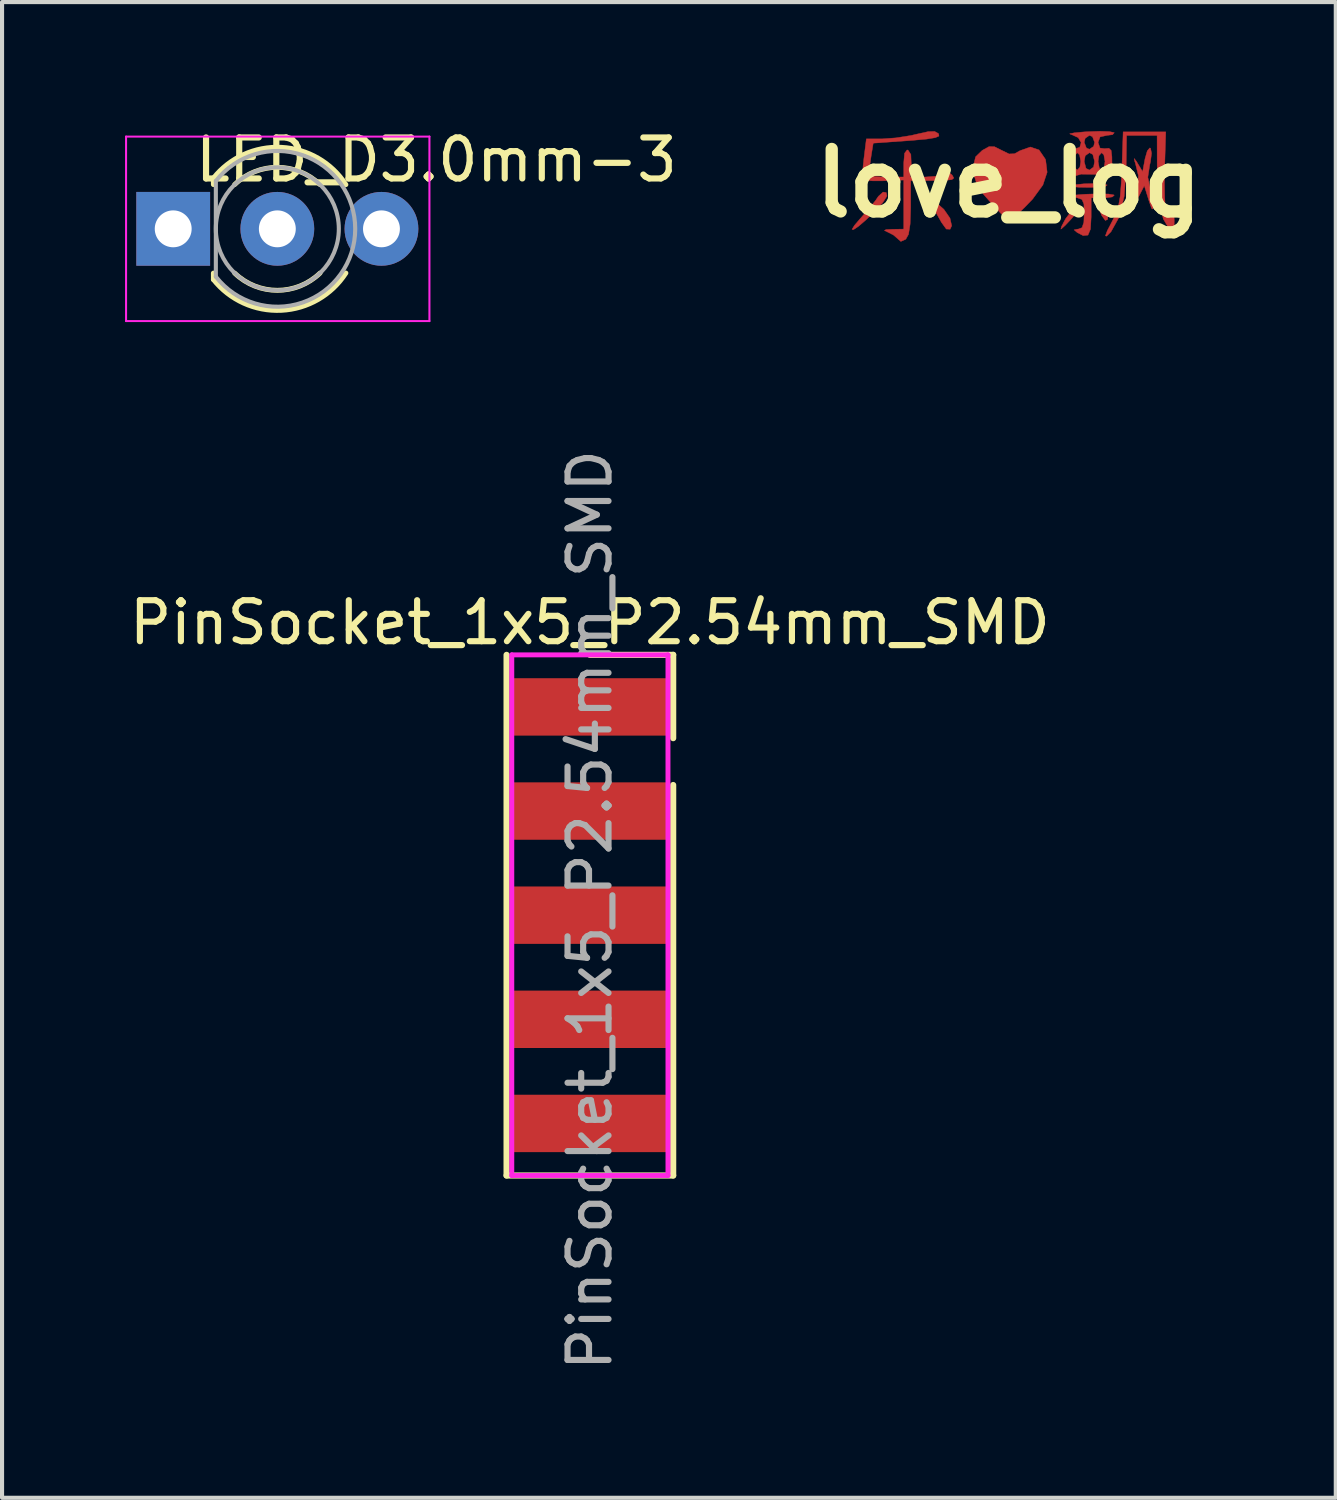
<source format=kicad_pcb>
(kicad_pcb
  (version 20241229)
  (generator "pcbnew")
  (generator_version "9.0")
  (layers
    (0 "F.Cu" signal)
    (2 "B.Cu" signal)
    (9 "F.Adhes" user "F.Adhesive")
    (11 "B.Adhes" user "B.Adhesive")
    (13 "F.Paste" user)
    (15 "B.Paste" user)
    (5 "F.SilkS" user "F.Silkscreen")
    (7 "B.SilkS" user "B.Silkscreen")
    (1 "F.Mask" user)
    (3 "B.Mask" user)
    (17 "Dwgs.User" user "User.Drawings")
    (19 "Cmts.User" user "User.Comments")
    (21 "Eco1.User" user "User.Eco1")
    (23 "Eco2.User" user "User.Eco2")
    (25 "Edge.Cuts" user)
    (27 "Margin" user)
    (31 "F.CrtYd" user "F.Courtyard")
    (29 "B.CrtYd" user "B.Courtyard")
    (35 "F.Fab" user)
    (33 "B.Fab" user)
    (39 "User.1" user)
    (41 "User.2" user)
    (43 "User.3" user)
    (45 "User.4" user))
  (footprint "love_log"
    (layer "F.Cu")
    (at 21.556 1.418)
    (property "Reference" "love_log" (at 0 0 180) (layer "F.SilkS") (effects (font (size 1.524 1.524) (thickness 0.3))))
    (attr smd)
    (fp_poly (pts (xy 2.278 0.574) (xy 2.364 0.682) (xy 2.416 0.818) (xy 2.414 0.884) (xy 2.357 0.91) (xy 2.272 0.795) (xy 2.206 0.636) (xy 2.203 0.56) (xy 2.278 0.574)) (stroke (width 0.01) (type solid)) (fill yes) (layer "F.Cu"))
    (fp_poly (pts (xy -1.814 0.434) (xy -1.581 0.64) (xy -1.433 0.854) (xy -1.391 1.039) (xy -1.43 1.123) (xy -1.523 1.119) (xy -1.643 0.953) (xy -1.655 0.93) (xy -1.798 0.675) (xy -1.945 0.446) (xy -1.946 0.444) (xy -2.096 0.235) (xy -1.814 0.434)) (stroke (width 0.01) (type solid)) (fill yes) (layer "F.Cu"))
    (fp_poly (pts (xy 1.671 0.665) (xy 1.584 0.804) (xy 1.532 0.866) (xy 1.382 1.026) (xy 1.285 1.114) (xy 1.272 1.12) (xy 1.288 1.057) (xy 1.369 0.901) (xy 1.389 0.866) (xy 1.519 0.695) (xy 1.637 0.613) (xy 1.649 0.612) (xy 1.671 0.665)) (stroke (width 0.01) (type solid)) (fill yes) (layer "F.Cu"))
    (fp_poly (pts (xy 2.29 0.018) (xy 2.402 0.044) (xy 2.403 0.045) (xy 2.359 0.076) (xy 2.186 0.098) (xy 1.968 0.104) (xy 1.712 0.099) (xy 1.547 0.085) (xy 1.51 0.069) (xy 1.621 0.037) (xy 1.832 0.016) (xy 2.077 0.009) (xy 2.29 0.018)) (stroke (width 0.01) (type solid)) (fill yes) (layer "F.Cu"))
    (fp_poly (pts (xy -2.988 0.229) (xy -2.97 0.313) (xy -3.075 0.477) (xy -3.252 0.671) (xy -3.484 0.897) (xy -3.667 1.054) (xy -3.786 1.133) (xy -3.823 1.127) (xy -3.761 1.027) (xy -3.612 0.853) (xy -3.41 0.623) (xy -3.247 0.421) (xy -3.179 0.32) (xy -3.065 0.217) (xy -2.988 0.229)) (stroke (width 0.01) (type solid)) (fill yes) (layer "F.Cu"))
    (fp_poly (pts (xy -0.349 -0.89) (xy -0.175 -0.803) (xy 0.009 -0.713) (xy 0.141 -0.718) (xy 0.276 -0.793) (xy 0.527 -0.882) (xy 0.739 -0.811) (xy 0.892 -0.588) (xy 0.901 -0.563) (xy 0.937 -0.267) (xy 0.833 0.045) (xy 0.582 0.389) (xy 0.387 0.591) (xy 0.014 0.951) (xy -0.332 0.591) (xy -0.612 0.276) (xy -0.779 0.018) (xy -0.856 -0.224) (xy -0.868 -0.396) (xy -0.808 -0.644) (xy -0.646 -0.8) (xy -0.48 -0.892) (xy -0.349 -0.89)) (stroke (width 0.01) (type solid)) (fill yes) (layer "F.Cu"))
    (fp_poly (pts (xy 2.434 0.265) (xy 2.565 0.287) (xy 2.574 0.294) (xy 2.527 0.336) (xy 2.361 0.357) (xy 2.312 0.358) (xy 2.011 0.358) (xy 2.011 0.824) (xy 1.994 1.121) (xy 1.933 1.267) (xy 1.815 1.279) (xy 1.672 1.205) (xy 1.594 1.139) (xy 1.674 1.122) (xy 1.693 1.121) (xy 1.788 1.086) (xy 1.832 0.956) (xy 1.841 0.744) (xy 1.834 0.511) (xy 1.787 0.398) (xy 1.659 0.353) (xy 1.524 0.339) (xy 1.439 0.321) (xy 1.514 0.3) (xy 1.737 0.279) (xy 1.871 0.27) (xy 2.188 0.259) (xy 2.434 0.265)) (stroke (width 0.01) (type solid)) (fill yes) (layer "F.Cu"))
    (fp_poly (pts (xy 3.459 -0.852) (xy 3.484 -0.731) (xy 3.457 -0.519) (xy 3.441 -0.452) (xy 3.393 -0.145) (xy 3.442 0.079) (xy 3.512 0.327) (xy 3.526 0.51) (xy 3.514 0.632) (xy 3.486 0.616) (xy 3.428 0.452) (xy 3.412 0.4) (xy 3.307 0.062) (xy 3.168 0.331) (xy 3.05 0.528) (xy 2.946 0.651) (xy 2.936 0.658) (xy 2.917 0.625) (xy 2.968 0.481) (xy 3.028 0.355) (xy 3.145 0.071) (xy 3.164 -0.182) (xy 3.089 -0.486) (xy 3.074 -0.531) (xy 3.06 -0.603) (xy 3.119 -0.526) (xy 3.14 -0.49) (xy 3.266 -0.28) (xy 3.326 -0.602) (xy 3.38 -0.788) (xy 3.441 -0.86) (xy 3.459 -0.852)) (stroke (width 0.01) (type solid)) (fill yes) (layer "F.Cu"))
    (fp_poly (pts (xy 3.804 -0.391) (xy 3.798 -0.002) (xy 3.804 0.345) (xy 3.82 0.6) (xy 3.835 0.689) (xy 3.881 0.835) (xy 3.921 0.829) (xy 3.962 0.739) (xy 4.006 0.666) (xy 4.029 0.737) (xy 4.037 0.905) (xy 4.034 1.112) (xy 4.004 1.177) (xy 3.93 1.128) (xy 3.909 1.108) (xy 3.771 0.874) (xy 3.678 0.492) (xy 3.63 -0.044) (xy 3.621 -0.425) (xy 3.619 -1.166) (xy 2.875 -1.166) (xy 2.864 -0.342) (xy 2.817 0.316) (xy 2.695 0.824) (xy 2.496 1.183) (xy 2.388 1.293) (xy 2.358 1.284) (xy 2.405 1.158) (xy 2.497 0.982) (xy 2.603 0.773) (xy 2.674 0.571) (xy 2.718 0.329) (xy 2.745 0.001) (xy 2.76 -0.341) (xy 2.791 -1.251) (xy 3.311 -1.251) (xy 3.831 -1.251) (xy 3.804 -0.391)) (stroke (width 0.01) (type solid)) (fill yes) (layer "F.Cu"))
    (fp_poly (pts (xy -1.717 -1.211) (xy -1.71 -1.203) (xy -1.702 -1.15) (xy -1.791 -1.11) (xy -2 -1.076) (xy -2.351 -1.044) (xy -2.463 -1.036) (xy -3.305 -0.976) (xy -3.355 -0.669) (xy -3.396 -0.385) (xy -3.382 -0.23) (xy -3.284 -0.165) (xy -3.075 -0.15) (xy -2.985 -0.15) (xy -2.561 -0.15) (xy -2.561 -0.496) (xy -2.541 -0.73) (xy -2.48 -0.81) (xy -2.456 -0.806) (xy -2.387 -0.7) (xy -2.378 -0.467) (xy -2.378 -0.461) (xy -2.405 -0.15) (xy -2.034 -0.15) (xy -1.787 -0.169) (xy -1.609 -0.216) (xy -1.576 -0.238) (xy -1.464 -0.268) (xy -1.379 -0.196) (xy -1.34 -0.126) (xy -1.385 -0.087) (xy -1.544 -0.069) (xy -1.831 -0.065) (xy -2.392 -0.065) (xy -2.392 0.602) (xy -2.405 0.998) (xy -2.444 1.247) (xy -2.511 1.368) (xy -2.632 1.422) (xy -2.689 1.372) (xy -2.81 1.266) (xy -2.93 1.204) (xy -3.032 1.154) (xy -2.992 1.132) (xy -2.837 1.125) (xy -2.561 1.12) (xy -2.561 -0.077) (xy -3.048 -0.057) (xy -3.315 -0.056) (xy -3.503 -0.072) (xy -3.562 -0.095) (xy -3.567 -0.204) (xy -3.552 -0.425) (xy -3.531 -0.616) (xy -3.473 -1.081) (xy -3.078 -1.081) (xy -2.75 -1.105) (xy -2.383 -1.163) (xy -2.241 -1.196) (xy -1.967 -1.257) (xy -1.808 -1.262) (xy -1.717 -1.211)) (stroke (width 0.01) (type solid)) (fill yes) (layer "F.Cu"))
    (fp_poly (pts (xy 2.454 -1.258) (xy 2.57 -1.234) (xy 2.574 -1.23) (xy 2.533 -1.183) (xy 2.397 -1.166) (xy 2.229 -1.129) (xy 2.18 -0.998) (xy 2.18 -0.991) (xy 2.226 -0.857) (xy 2.336 -0.843) (xy 2.445 -0.851) (xy 2.499 -0.798) (xy 2.517 -0.644) (xy 2.519 -0.459) (xy 2.519 -0.175) (xy 2.096 -0.215) (xy 1.766 -0.22) (xy 1.56 -0.161) (xy 1.545 -0.15) (xy 1.468 -0.108) (xy 1.43 -0.167) (xy 1.418 -0.359) (xy 1.418 -0.436) (xy 1.422 -0.531) (xy 1.587 -0.531) (xy 1.616 -0.372) (xy 1.672 -0.319) (xy 1.736 -0.392) (xy 1.757 -0.531) (xy 1.841 -0.531) (xy 1.885 -0.361) (xy 1.968 -0.319) (xy 2.07 -0.393) (xy 2.095 -0.531) (xy 2.18 -0.531) (xy 2.209 -0.372) (xy 2.265 -0.319) (xy 2.328 -0.392) (xy 2.349 -0.531) (xy 2.32 -0.69) (xy 2.265 -0.743) (xy 2.201 -0.67) (xy 2.18 -0.531) (xy 2.095 -0.531) (xy 2.051 -0.701) (xy 1.968 -0.743) (xy 1.866 -0.669) (xy 1.841 -0.531) (xy 1.757 -0.531) (xy 1.728 -0.69) (xy 1.672 -0.743) (xy 1.608 -0.67) (xy 1.587 -0.531) (xy 1.422 -0.531) (xy 1.428 -0.678) (xy 1.472 -0.794) (xy 1.568 -0.827) (xy 1.587 -0.827) (xy 1.733 -0.877) (xy 1.766 -0.989) (xy 1.762 -0.997) (xy 1.841 -0.997) (xy 1.894 -0.859) (xy 1.968 -0.827) (xy 2.072 -0.898) (xy 2.095 -0.997) (xy 2.042 -1.135) (xy 1.968 -1.166) (xy 1.865 -1.095) (xy 1.841 -0.997) (xy 1.762 -0.997) (xy 1.696 -1.11) (xy 1.534 -1.185) (xy 1.524 -1.186) (xy 1.487 -1.205) (xy 1.597 -1.228) (xy 1.829 -1.25) (xy 1.913 -1.255) (xy 2.22 -1.266) (xy 2.454 -1.258)) (stroke (width 0.01) (type solid)) (fill yes) (layer "F.Cu")))
  (footprint "PinSocket_1x5_P2.54mm_SMD"
    (layer "F.Cu")
    (at 11.339 14.194)
    (property "Reference" "PinSocket_1x5_P2.54mm_SMD" (at 0 -2.058 0) (layer "F.SilkS") (effects (font (size 1 1) (thickness 0.15))))
    (attr smd)
    (fp_line (start -2.032 11.43) (end -2.032 -1.27) (stroke (width 0.15) (type solid)) (layer "F.SilkS"))
    (fp_line (start -2.032 11.43) (end 2.032 11.43) (stroke (width 0.15) (type solid)) (layer "F.SilkS"))
    (fp_line (start 0 -1.27) (end 2.032 -1.27) (stroke (width 0.15) (type solid)) (layer "F.SilkS"))
    (fp_line (start 2.032 -1.27) (end 2.032 0.762) (stroke (width 0.15) (type solid)) (layer "F.SilkS"))
    (fp_line (start 2.032 1.905) (end 2.032 11.43) (stroke (width 0.15) (type solid)) (layer "F.SilkS"))
    (fp_line (start -1.905 -1.27) (end 1.905 -1.27) (stroke (width 0.12) (type solid)) (layer "F.CrtYd"))
    (fp_line (start -1.905 11.43) (end -1.905 -1.27) (stroke (width 0.12) (type solid)) (layer "F.CrtYd"))
    (fp_line (start 1.905 11.43) (end -1.905 11.43) (stroke (width 0.12) (type solid)) (layer "F.CrtYd"))
    (fp_line (start 1.905 11.43) (end 1.905 -1.27) (stroke (width 0.12) (type solid)) (layer "F.CrtYd"))
    (fp_text user "${REFERENCE}" (at 0 4.953 90) (layer "F.Fab") (effects (font (size 1 1) (thickness 0.15))))
    (pad "1" smd rect (at 0 0) (size 3.8 1.4) (layers "F.Cu" "F.Mask" "F.Paste"))
    (pad "2" smd rect (at 0 2.54) (size 3.8 1.4) (layers "F.Cu" "F.Mask" "F.Paste"))
    (pad "3" smd rect (at 0 5.08) (size 3.8 1.4) (layers "F.Cu" "F.Mask" "F.Paste"))
    (pad "4" smd rect (at 0 7.62) (size 3.8 1.4) (layers "F.Cu" "F.Mask" "F.Paste"))
    (pad "5" smd rect (at 0 10.16) (size 3.8 1.4) (layers "F.Cu" "F.Mask" "F.Paste")))
  (footprint "LED_D3.0mm-3"
    (layer "F.Cu")
    (at 1.175 2.532)
    (property "Reference" "LED_D3.0mm-3" (at 6.42 -1.684 0) (layer "F.SilkS") (effects (font (size 1 1) (thickness 0.15))))
    (attr through_hole)
    (fp_line (start 0.98 -1.236) (end 0.98 -1.08) (stroke (width 0.12) (type solid)) (layer "F.SilkS"))
    (fp_line (start 0.98 1.08) (end 0.98 1.236) (stroke (width 0.12) (type solid)) (layer "F.SilkS"))
    (fp_arc (start 0.98 -1.235516) (mid 2.636487 -1.987659) (end 4.212335 -1.078608) (stroke (width 0.12) (type solid)) (layer "F.SilkS"))
    (fp_arc (start 1.499039 -1.08) (mid 2.540117 -1.5) (end 3.58113 -1.079837) (stroke (width 0.12) (type solid)) (layer "F.SilkS"))
    (fp_arc (start 3.58113 1.079837) (mid 2.540117 1.5) (end 1.499039 1.08) (stroke (width 0.12) (type solid)) (layer "F.SilkS"))
    (fp_arc (start 4.212335 1.078608) (mid 2.636487 1.987659) (end 0.98 1.235516) (stroke (width 0.12) (type solid)) (layer "F.SilkS"))
    (fp_line (start -1.15 -2.25) (end -1.15 2.25) (stroke (width 0.05) (type solid)) (layer "F.CrtYd"))
    (fp_line (start -1.15 2.25) (end 6.25 2.25) (stroke (width 0.05) (type solid)) (layer "F.CrtYd"))
    (fp_line (start 6.25 -2.25) (end -1.15 -2.25) (stroke (width 0.05) (type solid)) (layer "F.CrtYd"))
    (fp_line (start 6.25 2.25) (end 6.25 -2.25) (stroke (width 0.05) (type solid)) (layer "F.CrtYd"))
    (fp_line (start 1.04 -1.166) (end 1.04 1.166) (stroke (width 0.1) (type solid)) (layer "F.Fab"))
    (fp_arc (start 1.04 -1.16619) (mid 4.44 0.000452) (end 1.039445 1.165476) (stroke (width 0.1) (type solid)) (layer "F.Fab"))
    (fp_circle (center 2.54 0) (end 4.04 0) (stroke (width 0.1) (type solid)) (fill no) (layer "F.Fab"))
    (pad "1" thru_hole rect (at 0 0) (size 1.8 1.8) (drill 0.9) (layers "*.Cu" "*.Mask"))
    (pad "2" thru_hole circle (at 2.54 0) (size 1.8 1.8) (drill 0.9) (layers "*.Cu" "*.Mask"))
    (pad "3" thru_hole circle (at 5.08 0) (size 1.8 1.8) (drill 0.9) (layers "*.Cu" "*.Mask")))
  (gr_rect
    (start -3 -3)
    (end 29.534 33.486)
    (stroke (width 0.1) (type default))
    (fill no)
    (layer "Edge.Cuts")))
</source>
